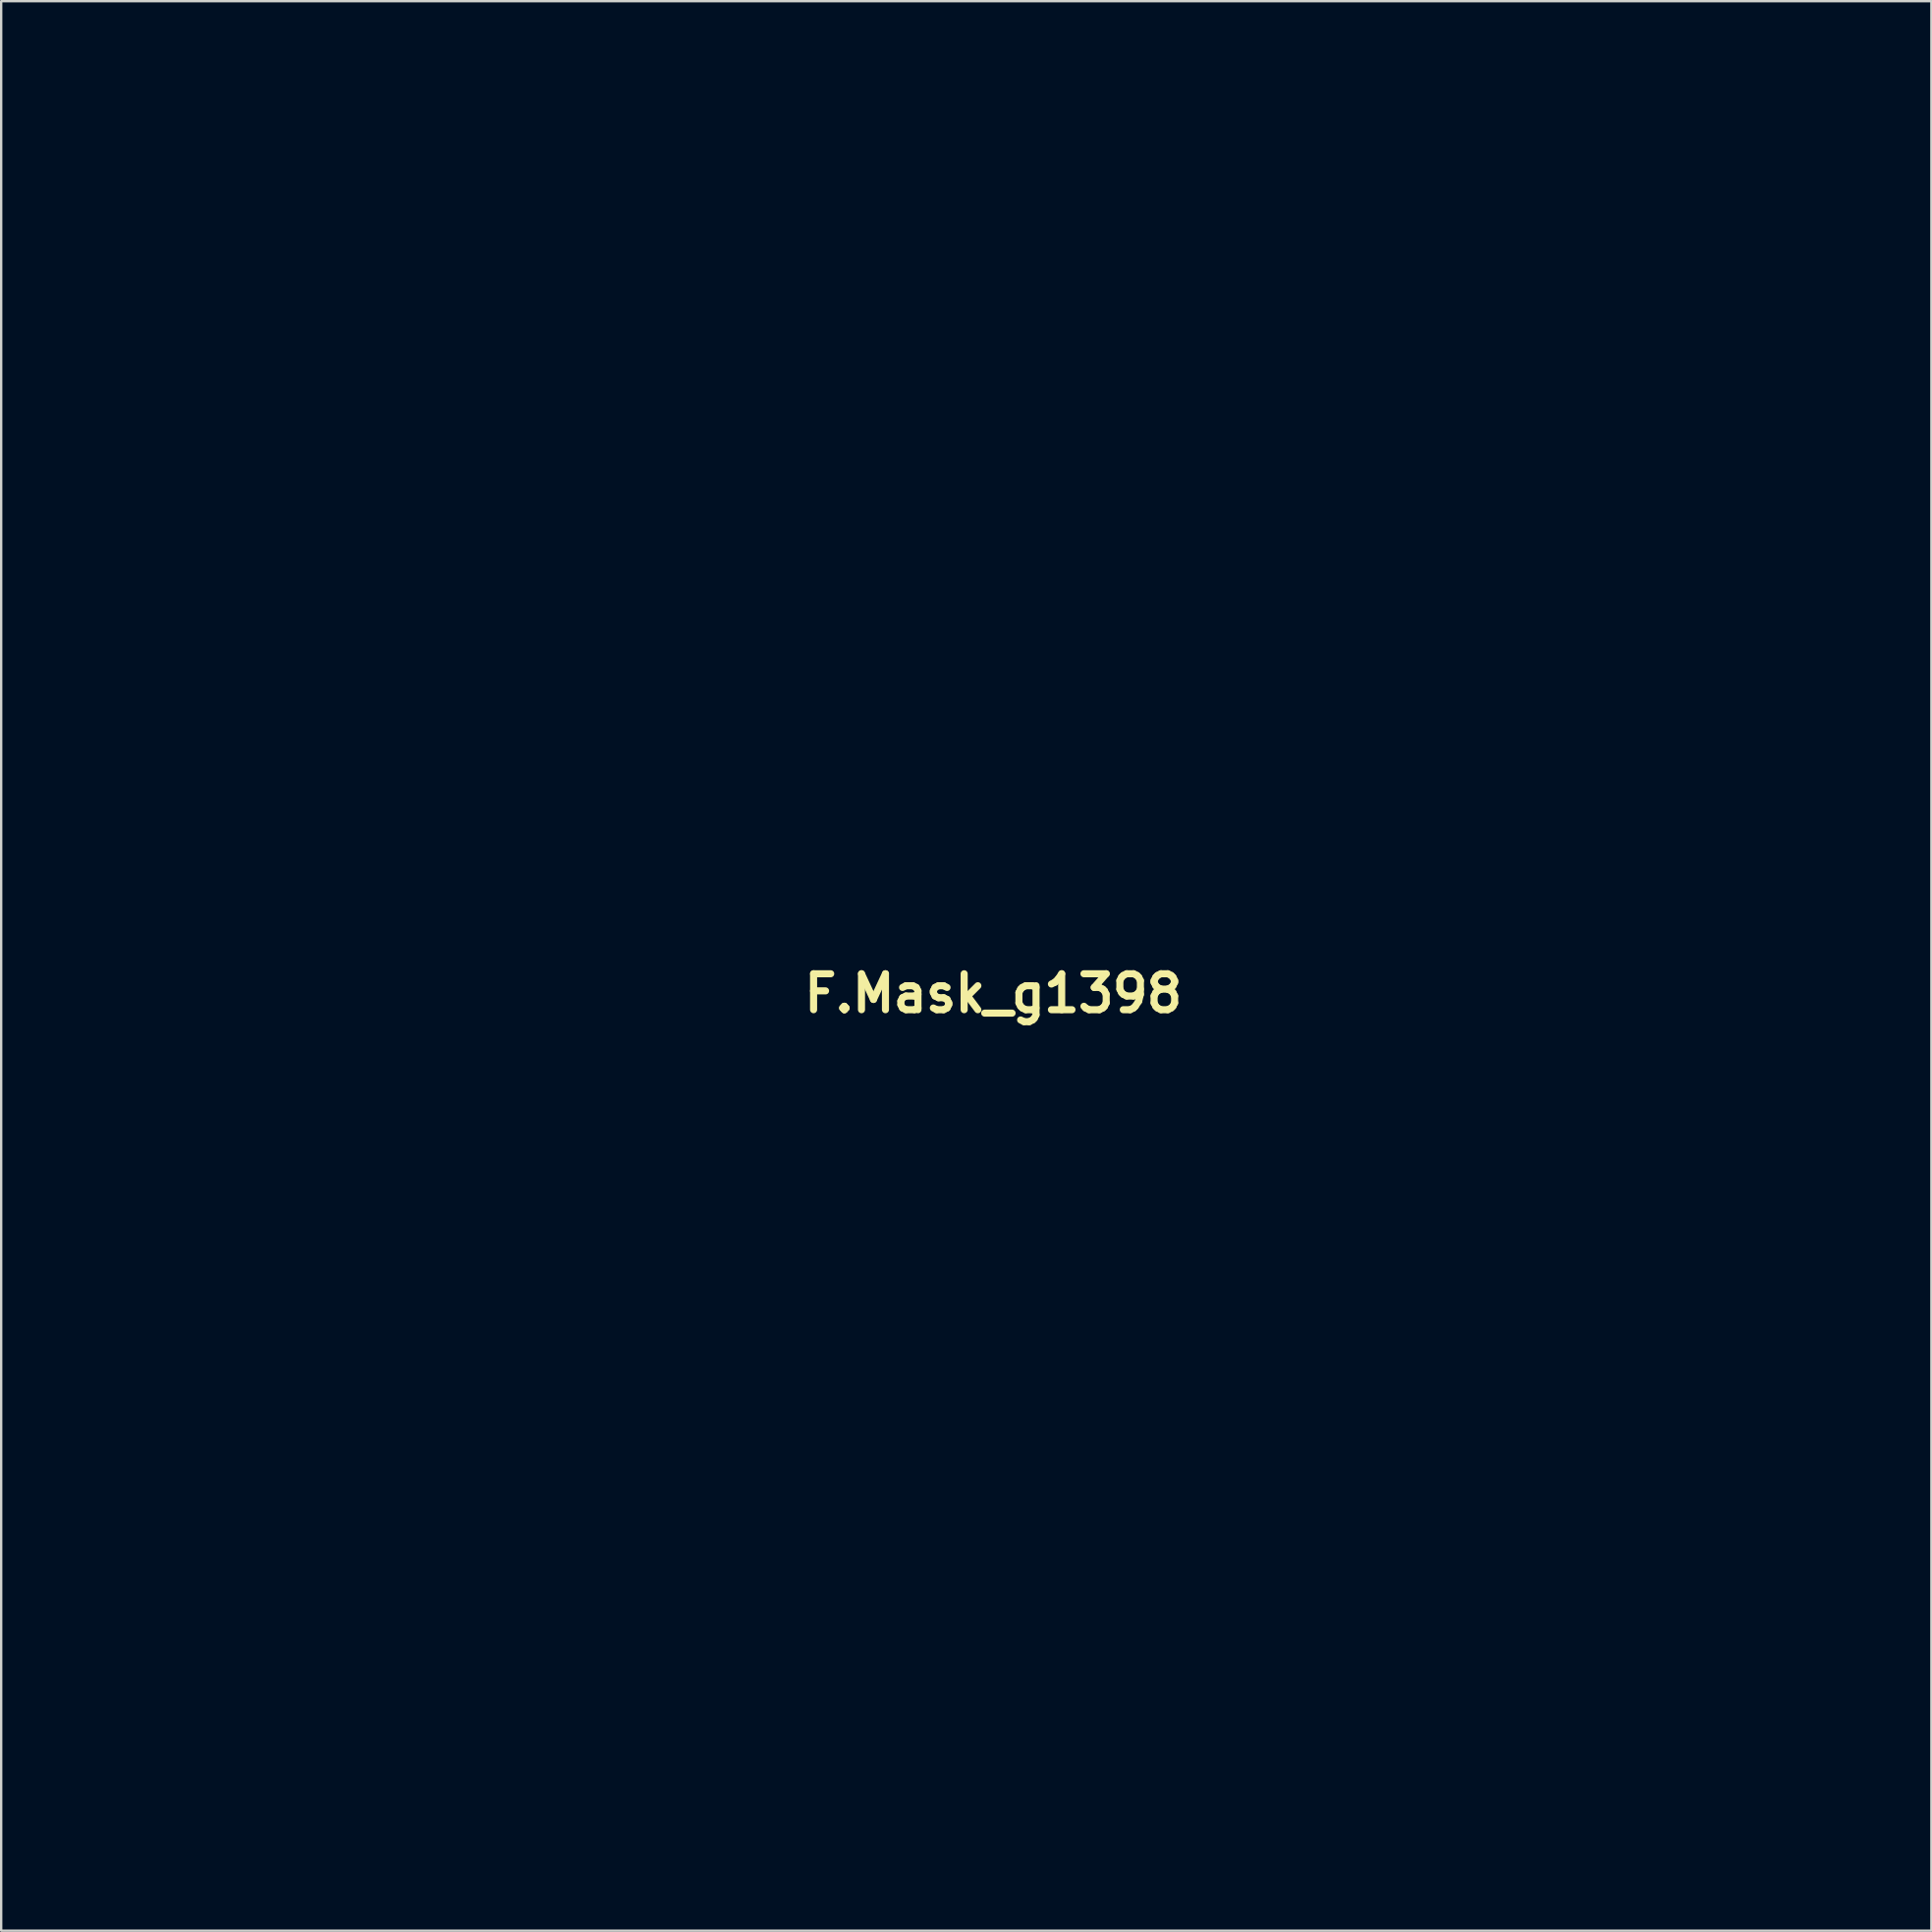
<source format=kicad_pcb>
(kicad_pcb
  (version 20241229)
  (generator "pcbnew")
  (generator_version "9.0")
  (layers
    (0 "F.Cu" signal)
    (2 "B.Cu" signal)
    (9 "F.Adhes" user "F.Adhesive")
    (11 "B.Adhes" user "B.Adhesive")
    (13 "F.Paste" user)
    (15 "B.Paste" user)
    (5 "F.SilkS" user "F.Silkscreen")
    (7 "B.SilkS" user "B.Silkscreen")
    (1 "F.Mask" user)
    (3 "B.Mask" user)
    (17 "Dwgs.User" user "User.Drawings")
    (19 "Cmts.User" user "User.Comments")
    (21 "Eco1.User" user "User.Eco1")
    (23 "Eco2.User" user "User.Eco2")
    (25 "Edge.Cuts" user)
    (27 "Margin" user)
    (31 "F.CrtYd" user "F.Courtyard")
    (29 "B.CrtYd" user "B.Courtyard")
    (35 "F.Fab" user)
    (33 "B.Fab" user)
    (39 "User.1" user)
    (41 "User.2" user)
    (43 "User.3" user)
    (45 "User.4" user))
  (footprint "F.Mask_g1398"
    (layer "F.Cu")
    (at 39.076 39.084)
    (property "Reference" "F.Mask_g1398" (at 0 0 0) (layer "F.SilkS") (effects (font (size 1.524 1.524) (thickness 0.3))))
    (attr through_hole)
    (fp_poly (pts (xy -4.289 12.198) (xy -4.191 12.2) (xy -3.95 12.208) (xy -3.774 12.219) (xy -3.646 12.236) (xy -3.547 12.262) (xy -3.458 12.299) (xy -3.429 12.314) (xy -3.183 12.478) (xy -2.956 12.696) (xy -2.779 12.938) (xy -2.759 12.975) (xy -2.646 13.187) (xy -2.646 35.581) (xy -2.758 35.794) (xy -2.924 36.037) (xy -3.143 36.253) (xy -3.389 36.421) (xy -3.528 36.485) (xy -3.656 36.527) (xy -3.787 36.554) (xy -3.945 36.568) (xy -4.152 36.573) (xy -4.267 36.573) (xy -4.526 36.566) (xy -4.749 36.547) (xy -4.915 36.521) (xy -4.953 36.51) (xy -5.217 36.386) (xy -5.459 36.195) (xy -5.663 35.955) (xy -5.813 35.683) (xy -5.883 35.459) (xy -5.888 35.399) (xy -5.893 35.27) (xy -5.897 35.072) (xy -5.901 34.803) (xy -5.905 34.463) (xy -5.908 34.05) (xy -5.911 33.563) (xy -5.913 33.002) (xy -5.915 32.366) (xy -5.917 31.653) (xy -5.918 30.862) (xy -5.919 29.993) (xy -5.919 29.044) (xy -5.919 28.015) (xy -5.919 26.905) (xy -5.918 25.711) (xy -5.917 24.434) (xy -5.917 24.257) (xy -5.905 13.271) (xy -5.787 13.018) (xy -5.622 12.75) (xy -5.401 12.518) (xy -5.146 12.341) (xy -5.003 12.275) (xy -4.893 12.238) (xy -4.787 12.213) (xy -4.665 12.199) (xy -4.505 12.195) (xy -4.289 12.198)) (stroke (width 0.01) (type solid)) (fill yes) (layer "F.Mask"))
    (fp_poly (pts (xy 2.218 -38.925) (xy 2.4 -38.92) (xy 2.531 -38.911) (xy 2.628 -38.893) (xy 2.708 -38.867) (xy 2.788 -38.829) (xy 2.794 -38.826) (xy 3.041 -38.66) (xy 3.267 -38.442) (xy 3.444 -38.2) (xy 3.464 -38.163) (xy 3.577 -37.952) (xy 3.577 -15.557) (xy 3.465 -15.346) (xy 3.268 -15.06) (xy 3.012 -14.822) (xy 2.815 -14.697) (xy 2.722 -14.652) (xy 2.633 -14.62) (xy 2.53 -14.599) (xy 2.393 -14.587) (xy 2.204 -14.579) (xy 2.032 -14.575) (xy 1.742 -14.574) (xy 1.523 -14.583) (xy 1.361 -14.603) (xy 1.27 -14.626) (xy 1.001 -14.755) (xy 0.757 -14.95) (xy 0.553 -15.194) (xy 0.404 -15.47) (xy 0.34 -15.68) (xy 0.335 -15.74) (xy 0.33 -15.868) (xy 0.326 -16.067) (xy 0.322 -16.336) (xy 0.318 -16.676) (xy 0.315 -17.089) (xy 0.312 -17.575) (xy 0.31 -18.136) (xy 0.308 -18.773) (xy 0.306 -19.486) (xy 0.305 -20.276) (xy 0.304 -21.145) (xy 0.304 -22.094) (xy 0.304 -23.123) (xy 0.304 -24.234) (xy 0.305 -25.427) (xy 0.306 -26.704) (xy 0.306 -26.883) (xy 0.318 -37.869) (xy 0.457 -38.152) (xy 0.641 -38.443) (xy 0.882 -38.674) (xy 1.14 -38.83) (xy 1.223 -38.868) (xy 1.308 -38.894) (xy 1.41 -38.911) (xy 1.547 -38.92) (xy 1.736 -38.925) (xy 1.968 -38.925) (xy 2.218 -38.925)) (stroke (width 0.01) (type solid)) (fill yes) (layer "F.Mask"))
    (fp_poly (pts (xy -20.334 -5.92) (xy -19.689 -5.92) (xy -19.105 -5.919) (xy -18.578 -5.918) (xy -18.106 -5.917) (xy -17.685 -5.916) (xy -17.312 -5.914) (xy -16.985 -5.911) (xy -16.701 -5.909) (xy -16.456 -5.906) (xy -16.247 -5.903) (xy -16.072 -5.899) (xy -15.928 -5.895) (xy -15.81 -5.89) (xy -15.717 -5.885) (xy -15.646 -5.88) (xy -15.593 -5.874) (xy -15.555 -5.868) (xy -15.531 -5.861) (xy -15.216 -5.714) (xy -14.952 -5.502) (xy -14.746 -5.233) (xy -14.604 -4.912) (xy -14.58 -4.826) (xy -14.54 -4.579) (xy -14.529 -4.291) (xy -14.545 -3.996) (xy -14.587 -3.727) (xy -14.627 -3.585) (xy -14.728 -3.388) (xy -14.884 -3.184) (xy -15.074 -2.994) (xy -15.274 -2.844) (xy -15.377 -2.789) (xy -15.6 -2.688) (xy -26.67 -2.679) (xy -27.848 -2.678) (xy -28.943 -2.678) (xy -29.96 -2.677) (xy -30.9 -2.677) (xy -31.766 -2.677) (xy -32.562 -2.677) (xy -33.289 -2.678) (xy -33.951 -2.679) (xy -34.55 -2.68) (xy -35.089 -2.681) (xy -35.572 -2.683) (xy -35.999 -2.685) (xy -36.376 -2.687) (xy -36.703 -2.69) (xy -36.984 -2.693) (xy -37.222 -2.696) (xy -37.419 -2.7) (xy -37.578 -2.704) (xy -37.702 -2.708) (xy -37.793 -2.713) (xy -37.855 -2.719) (xy -37.89 -2.724) (xy -37.895 -2.726) (xy -38.207 -2.869) (xy -38.458 -3.06) (xy -38.665 -3.31) (xy -38.769 -3.488) (xy -38.815 -3.579) (xy -38.846 -3.662) (xy -38.866 -3.755) (xy -38.877 -3.876) (xy -38.882 -4.044) (xy -38.883 -4.278) (xy -38.883 -4.297) (xy -38.882 -4.538) (xy -38.877 -4.713) (xy -38.866 -4.84) (xy -38.846 -4.937) (xy -38.815 -5.024) (xy -38.779 -5.101) (xy -38.625 -5.34) (xy -38.416 -5.564) (xy -38.181 -5.744) (xy -38.079 -5.801) (xy -37.867 -5.905) (xy -26.798 -5.916) (xy -25.645 -5.918) (xy -24.573 -5.918) (xy -23.58 -5.919) (xy -22.663 -5.92) (xy -21.818 -5.92) (xy -21.043 -5.92) (xy -20.334 -5.92)) (stroke (width 0.01) (type solid)) (fill yes) (layer "F.Mask"))
    (fp_poly (pts (xy 35.76 0.397) (xy 36.025 0.559) (xy 36.263 0.777) (xy 36.45 1.029) (xy 36.505 1.134) (xy 36.543 1.225) (xy 36.569 1.319) (xy 36.585 1.434) (xy 36.594 1.589) (xy 36.597 1.801) (xy 36.597 1.926) (xy 36.596 2.17) (xy 36.59 2.348) (xy 36.578 2.479) (xy 36.557 2.582) (xy 36.525 2.675) (xy 36.497 2.742) (xy 36.377 2.937) (xy 36.204 3.137) (xy 36.001 3.317) (xy 35.794 3.455) (xy 35.701 3.498) (xy 35.677 3.506) (xy 35.65 3.514) (xy 35.614 3.521) (xy 35.568 3.528) (xy 35.508 3.534) (xy 35.431 3.539) (xy 35.334 3.544) (xy 35.214 3.549) (xy 35.068 3.553) (xy 34.892 3.557) (xy 34.685 3.56) (xy 34.441 3.563) (xy 34.159 3.566) (xy 33.836 3.569) (xy 33.468 3.571) (xy 33.052 3.573) (xy 32.585 3.574) (xy 32.064 3.576) (xy 31.486 3.577) (xy 30.848 3.578) (xy 30.147 3.58) (xy 29.379 3.58) (xy 28.542 3.581) (xy 27.633 3.582) (xy 26.648 3.583) (xy 25.584 3.584) (xy 24.511 3.584) (xy 23.322 3.585) (xy 22.214 3.586) (xy 21.186 3.586) (xy 20.235 3.586) (xy 19.358 3.586) (xy 18.553 3.585) (xy 17.817 3.584) (xy 17.148 3.583) (xy 16.542 3.582) (xy 15.998 3.58) (xy 15.512 3.578) (xy 15.082 3.576) (xy 14.706 3.573) (xy 14.381 3.57) (xy 14.104 3.567) (xy 13.873 3.563) (xy 13.685 3.559) (xy 13.537 3.555) (xy 13.427 3.55) (xy 13.352 3.545) (xy 13.311 3.539) (xy 13.309 3.539) (xy 12.984 3.418) (xy 12.704 3.228) (xy 12.477 2.978) (xy 12.313 2.675) (xy 12.311 2.67) (xy 12.269 2.549) (xy 12.242 2.425) (xy 12.226 2.276) (xy 12.219 2.079) (xy 12.218 1.926) (xy 12.221 1.691) (xy 12.23 1.517) (xy 12.25 1.382) (xy 12.283 1.261) (xy 12.315 1.171) (xy 12.456 0.913) (xy 12.66 0.676) (xy 12.904 0.483) (xy 13.109 0.375) (xy 13.356 0.275) (xy 35.496 0.275) (xy 35.76 0.397)) (stroke (width 0.01) (type solid)) (fill yes) (layer "F.Mask"))
    (fp_poly (pts (xy -15.303 0.43) (xy -15.06 0.597) (xy -14.837 0.818) (xy -14.663 1.063) (xy -14.643 1.101) (xy -14.6 1.193) (xy -14.571 1.292) (xy -14.551 1.415) (xy -14.538 1.583) (xy -14.529 1.814) (xy -14.528 1.838) (xy -14.524 2.133) (xy -14.534 2.363) (xy -14.562 2.545) (xy -14.611 2.698) (xy -14.684 2.84) (xy -14.714 2.888) (xy -14.756 2.959) (xy -14.785 3.029) (xy -14.803 3.118) (xy -14.812 3.242) (xy -14.816 3.418) (xy -14.817 3.61) (xy -14.825 3.967) (xy -14.853 4.255) (xy -14.902 4.491) (xy -14.977 4.688) (xy -15.069 4.845) (xy -15.088 4.877) (xy -15.102 4.907) (xy -15.112 4.935) (xy -15.122 4.961) (xy -15.136 4.985) (xy -15.155 5.007) (xy -15.184 5.027) (xy -15.224 5.045) (xy -15.28 5.062) (xy -15.353 5.077) (xy -15.446 5.091) (xy -15.564 5.103) (xy -15.708 5.113) (xy -15.882 5.123) (xy -16.089 5.131) (xy -16.331 5.138) (xy -16.612 5.144) (xy -16.934 5.149) (xy -17.301 5.153) (xy -17.715 5.157) (xy -18.179 5.159) (xy -18.697 5.161) (xy -19.271 5.163) (xy -19.904 5.164) (xy -20.6 5.164) (xy -21.361 5.164) (xy -22.189 5.164) (xy -23.089 5.164) (xy -24.063 5.163) (xy -25.114 5.163) (xy -26.245 5.162) (xy -26.952 5.162) (xy -28.266 5.162) (xy -29.503 5.161) (xy -30.664 5.16) (xy -31.747 5.158) (xy -32.751 5.157) (xy -33.677 5.155) (xy -34.524 5.153) (xy -35.291 5.15) (xy -35.978 5.147) (xy -36.584 5.144) (xy -37.109 5.141) (xy -37.552 5.137) (xy -37.912 5.134) (xy -38.191 5.129) (xy -38.385 5.125) (xy -38.496 5.12) (xy -38.523 5.117) (xy -38.696 5.009) (xy -38.852 4.826) (xy -38.94 4.678) (xy -38.974 4.613) (xy -39 4.553) (xy -39.02 4.486) (xy -39.035 4.401) (xy -39.045 4.287) (xy -39.052 4.132) (xy -39.058 3.926) (xy -39.062 3.657) (xy -39.066 3.337) (xy -39.069 2.994) (xy -39.071 2.725) (xy -39.069 2.518) (xy -39.065 2.362) (xy -39.056 2.245) (xy -39.043 2.156) (xy -39.024 2.083) (xy -39 2.017) (xy -38.995 2.003) (xy -38.943 1.84) (xy -38.904 1.648) (xy -38.891 1.543) (xy -38.827 1.239) (xy -38.687 0.953) (xy -38.482 0.698) (xy -38.22 0.487) (xy -38.1 0.417) (xy -37.91 0.318) (xy -15.515 0.318) (xy -15.303 0.43)) (stroke (width 0.01) (type solid)) (fill yes) (layer "F.Mask"))
    (fp_poly (pts (xy 2.345 12.179) (xy 2.392 12.187) (xy 2.575 12.234) (xy 2.776 12.307) (xy 2.895 12.361) (xy 2.999 12.412) (xy 3.088 12.447) (xy 3.182 12.47) (xy 3.299 12.482) (xy 3.46 12.487) (xy 3.683 12.488) (xy 3.725 12.488) (xy 4.043 12.494) (xy 4.294 12.513) (xy 4.495 12.549) (xy 4.664 12.606) (xy 4.817 12.688) (xy 4.879 12.729) (xy 5.013 12.849) (xy 5.116 12.992) (xy 5.128 13.017) (xy 5.136 13.037) (xy 5.143 13.062) (xy 5.15 13.096) (xy 5.156 13.141) (xy 5.162 13.201) (xy 5.167 13.279) (xy 5.172 13.377) (xy 5.177 13.499) (xy 5.181 13.648) (xy 5.184 13.826) (xy 5.188 14.037) (xy 5.19 14.283) (xy 5.193 14.569) (xy 5.195 14.896) (xy 5.197 15.267) (xy 5.199 15.687) (xy 5.2 16.157) (xy 5.202 16.681) (xy 5.203 17.262) (xy 5.204 17.903) (xy 5.204 18.606) (xy 5.205 19.375) (xy 5.205 20.213) (xy 5.206 21.123) (xy 5.206 22.108) (xy 5.206 23.171) (xy 5.206 24.315) (xy 5.206 24.614) (xy 5.206 25.777) (xy 5.206 26.858) (xy 5.206 27.861) (xy 5.206 28.788) (xy 5.206 29.642) (xy 5.206 30.427) (xy 5.205 31.145) (xy 5.205 31.8) (xy 5.204 32.394) (xy 5.203 32.931) (xy 5.202 33.414) (xy 5.2 33.845) (xy 5.199 34.227) (xy 5.197 34.564) (xy 5.194 34.859) (xy 5.191 35.115) (xy 5.188 35.334) (xy 5.185 35.52) (xy 5.181 35.675) (xy 5.177 35.804) (xy 5.172 35.908) (xy 5.167 35.991) (xy 5.161 36.055) (xy 5.155 36.105) (xy 5.148 36.142) (xy 5.141 36.17) (xy 5.133 36.193) (xy 5.124 36.212) (xy 5.121 36.219) (xy 5.028 36.359) (xy 4.905 36.485) (xy 4.871 36.511) (xy 4.765 36.579) (xy 4.658 36.633) (xy 4.54 36.674) (xy 4.398 36.704) (xy 4.221 36.724) (xy 3.997 36.736) (xy 3.715 36.743) (xy 3.363 36.744) (xy 3.264 36.744) (xy 2.932 36.743) (xy 2.673 36.741) (xy 2.477 36.736) (xy 2.33 36.728) (xy 2.222 36.715) (xy 2.141 36.699) (xy 2.076 36.676) (xy 2.053 36.667) (xy 1.914 36.619) (xy 1.737 36.581) (xy 1.625 36.566) (xy 1.29 36.495) (xy 0.987 36.349) (xy 0.725 36.136) (xy 0.516 35.863) (xy 0.439 35.718) (xy 0.318 35.454) (xy 0.318 13.314) (xy 0.417 13.067) (xy 0.559 12.809) (xy 0.761 12.575) (xy 0.999 12.386) (xy 1.212 12.278) (xy 1.462 12.21) (xy 1.758 12.169) (xy 2.064 12.158) (xy 2.345 12.179)) (stroke (width 0.01) (type solid)) (fill yes) (layer "F.Mask"))
    (fp_poly (pts (xy 30.573 -7.536) (xy 31.306 -7.536) (xy 31.975 -7.535) (xy 32.583 -7.534) (xy 33.133 -7.532) (xy 33.628 -7.53) (xy 34.071 -7.527) (xy 34.464 -7.523) (xy 34.812 -7.518) (xy 35.116 -7.513) (xy 35.38 -7.506) (xy 35.607 -7.499) (xy 35.8 -7.49) (xy 35.961 -7.48) (xy 36.093 -7.468) (xy 36.201 -7.456) (xy 36.285 -7.441) (xy 36.35 -7.426) (xy 36.399 -7.408) (xy 36.434 -7.389) (xy 36.458 -7.368) (xy 36.475 -7.345) (xy 36.487 -7.321) (xy 36.497 -7.294) (xy 36.508 -7.265) (xy 36.524 -7.234) (xy 36.536 -7.215) (xy 36.612 -7.092) (xy 36.672 -6.964) (xy 36.718 -6.82) (xy 36.75 -6.648) (xy 36.77 -6.436) (xy 36.781 -6.173) (xy 36.783 -5.846) (xy 36.78 -5.511) (xy 36.775 -5.178) (xy 36.768 -4.919) (xy 36.759 -4.723) (xy 36.747 -4.578) (xy 36.732 -4.473) (xy 36.712 -4.398) (xy 36.696 -4.36) (xy 36.653 -4.233) (xy 36.617 -4.067) (xy 36.603 -3.962) (xy 36.532 -3.632) (xy 36.386 -3.33) (xy 36.173 -3.066) (xy 35.902 -2.854) (xy 35.775 -2.784) (xy 35.581 -2.688) (xy 24.469 -2.68) (xy 23.302 -2.68) (xy 22.217 -2.679) (xy 21.211 -2.679) (xy 20.282 -2.678) (xy 19.425 -2.678) (xy 18.638 -2.679) (xy 17.918 -2.679) (xy 17.263 -2.68) (xy 16.669 -2.681) (xy 16.134 -2.682) (xy 15.654 -2.683) (xy 15.227 -2.685) (xy 14.85 -2.687) (xy 14.52 -2.69) (xy 14.234 -2.693) (xy 13.989 -2.696) (xy 13.782 -2.699) (xy 13.61 -2.703) (xy 13.471 -2.708) (xy 13.361 -2.712) (xy 13.277 -2.718) (xy 13.218 -2.723) (xy 13.179 -2.729) (xy 13.166 -2.732) (xy 12.902 -2.856) (xy 12.66 -3.047) (xy 12.456 -3.287) (xy 12.306 -3.558) (xy 12.237 -3.774) (xy 12.196 -4.071) (xy 12.192 -4.386) (xy 12.223 -4.697) (xy 12.285 -4.982) (xy 12.376 -5.22) (xy 12.437 -5.321) (xy 12.469 -5.375) (xy 12.493 -5.44) (xy 12.51 -5.531) (xy 12.522 -5.662) (xy 12.53 -5.848) (xy 12.537 -6.102) (xy 12.538 -6.14) (xy 12.544 -6.401) (xy 12.552 -6.594) (xy 12.563 -6.734) (xy 12.58 -6.838) (xy 12.605 -6.922) (xy 12.64 -7.001) (xy 12.665 -7.048) (xy 12.806 -7.271) (xy 12.961 -7.42) (xy 13.094 -7.49) (xy 13.14 -7.495) (xy 13.251 -7.5) (xy 13.427 -7.505) (xy 13.671 -7.509) (xy 13.982 -7.513) (xy 14.363 -7.516) (xy 14.815 -7.519) (xy 15.338 -7.522) (xy 15.934 -7.525) (xy 16.605 -7.527) (xy 17.35 -7.529) (xy 18.172 -7.531) (xy 19.072 -7.532) (xy 20.051 -7.533) (xy 21.11 -7.534) (xy 22.249 -7.535) (xy 23.472 -7.535) (xy 24.666 -7.535) (xy 25.845 -7.535) (xy 26.942 -7.536) (xy 27.96 -7.536) (xy 28.903 -7.536) (xy 29.773 -7.536) (xy 30.573 -7.536)) (stroke (width 0.01) (type solid)) (fill yes) (layer "F.Mask"))
    (fp_poly (pts (xy -5.228 -39.077) (xy -4.957 -39.071) (xy -4.721 -39.061) (xy -4.532 -39.046) (xy -4.406 -39.028) (xy -4.369 -39.015) (xy -4.267 -38.981) (xy -4.116 -38.948) (xy -3.969 -38.927) (xy -3.617 -38.851) (xy -3.306 -38.701) (xy -3.042 -38.483) (xy -2.829 -38.2) (xy -2.757 -38.063) (xy -2.646 -37.825) (xy -2.646 -26.776) (xy -2.646 -25.614) (xy -2.645 -24.534) (xy -2.645 -23.533) (xy -2.645 -22.607) (xy -2.645 -21.753) (xy -2.645 -20.969) (xy -2.645 -20.252) (xy -2.646 -19.597) (xy -2.647 -19.004) (xy -2.649 -18.467) (xy -2.652 -17.985) (xy -2.656 -17.554) (xy -2.66 -17.171) (xy -2.666 -16.833) (xy -2.673 -16.537) (xy -2.68 -16.281) (xy -2.69 -16.06) (xy -2.7 -15.872) (xy -2.713 -15.714) (xy -2.727 -15.584) (xy -2.742 -15.476) (xy -2.76 -15.39) (xy -2.779 -15.322) (xy -2.8 -15.268) (xy -2.824 -15.226) (xy -2.85 -15.192) (xy -2.878 -15.164) (xy -2.908 -15.139) (xy -2.941 -15.113) (xy -2.977 -15.084) (xy -3.015 -15.048) (xy -3.03 -15.032) (xy -3.202 -14.863) (xy -3.368 -14.741) (xy -3.549 -14.659) (xy -3.765 -14.608) (xy -4.034 -14.581) (xy -4.212 -14.574) (xy -4.457 -14.571) (xy -4.638 -14.577) (xy -4.778 -14.595) (xy -4.898 -14.625) (xy -4.933 -14.637) (xy -5.086 -14.701) (xy -5.228 -14.775) (xy -5.278 -14.807) (xy -5.335 -14.844) (xy -5.398 -14.869) (xy -5.48 -14.886) (xy -5.599 -14.896) (xy -5.769 -14.9) (xy -6.006 -14.901) (xy -6.042 -14.901) (xy -6.339 -14.905) (xy -6.565 -14.916) (xy -6.733 -14.935) (xy -6.856 -14.964) (xy -6.867 -14.967) (xy -7.068 -15.062) (xy -7.247 -15.196) (xy -7.382 -15.349) (xy -7.449 -15.486) (xy -7.453 -15.544) (xy -7.458 -15.682) (xy -7.462 -15.897) (xy -7.465 -16.183) (xy -7.469 -16.537) (xy -7.472 -16.955) (xy -7.475 -17.432) (xy -7.478 -17.963) (xy -7.481 -18.546) (xy -7.483 -19.174) (xy -7.485 -19.845) (xy -7.487 -20.553) (xy -7.489 -21.296) (xy -7.49 -22.067) (xy -7.492 -22.864) (xy -7.493 -23.681) (xy -7.493 -24.515) (xy -7.494 -25.362) (xy -7.494 -26.216) (xy -7.494 -27.074) (xy -7.494 -27.932) (xy -7.494 -28.786) (xy -7.493 -29.63) (xy -7.493 -30.461) (xy -7.491 -31.274) (xy -7.49 -32.066) (xy -7.489 -32.832) (xy -7.487 -33.568) (xy -7.485 -34.269) (xy -7.483 -34.932) (xy -7.48 -35.551) (xy -7.478 -36.124) (xy -7.475 -36.644) (xy -7.472 -37.11) (xy -7.468 -37.515) (xy -7.465 -37.855) (xy -7.461 -38.128) (xy -7.457 -38.327) (xy -7.453 -38.45) (xy -7.449 -38.489) (xy -7.369 -38.644) (xy -7.228 -38.796) (xy -7.045 -38.926) (xy -6.867 -39.008) (xy -6.76 -39.03) (xy -6.586 -39.047) (xy -6.361 -39.061) (xy -6.099 -39.071) (xy -5.812 -39.077) (xy -5.517 -39.079) (xy -5.228 -39.077)) (stroke (width 0.01) (type solid)) (fill yes) (layer "F.Mask")))
  (gr_rect
    (start -3 -3)
    (end 78.864 78.834)
    (stroke (width 0.1) (type default))
    (fill no)
    (layer "Edge.Cuts")))
</source>
